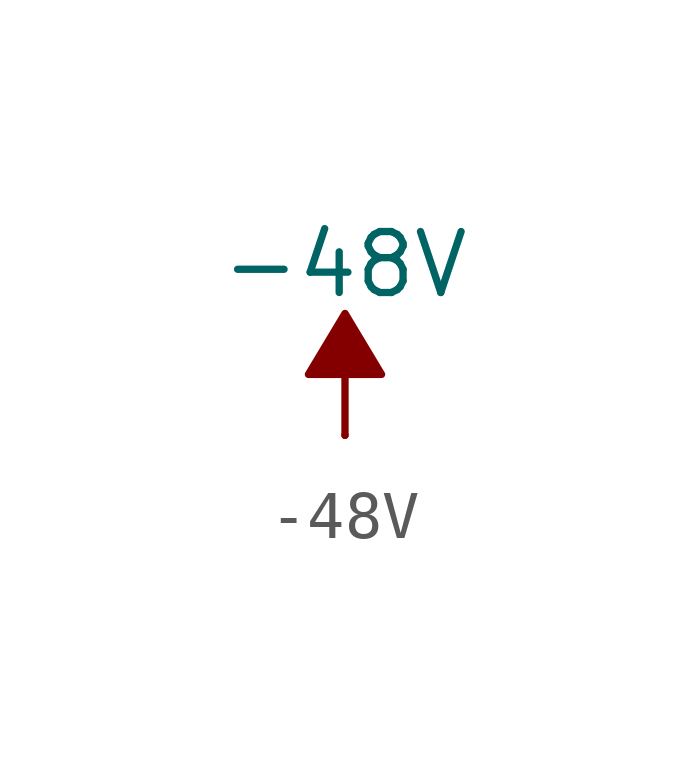
<source format=kicad_sym>
(kicad_symbol_lib
  (version 20231120)
  (generator "kicad_symbol_editor")
  (generator_version "8.0")
  (symbol "-48V"
    (power)
    (pin_numbers hide)
    (pin_names
      (offset 0) hide)
    (property "Reference" "#PWR"
      (at 0 -3.81 0)
      (effects (font (size 1.27 1.27)) (hide yes)))
    (property "Value" "-48V"
      (at 0 3.556 0)
      (effects (font (size 1.27 1.27))))
    (symbol "-48V_0_0"
      (pin power_in line (at 0 0 90) (length 0) (name "~" (effects (font (size 1.27 1.27)))) (number "1" (effects (font (size 1.27 1.27))))))
    (symbol "-48V_0_1"
      (polyline (pts (xy 0 0) (xy 0 1.27) (xy 0.762 1.27) (xy 0 2.54) (xy -0.762 1.27) (xy 0 1.27)) (stroke (width 0) (type default)) (fill (type outline))))))
</source>
